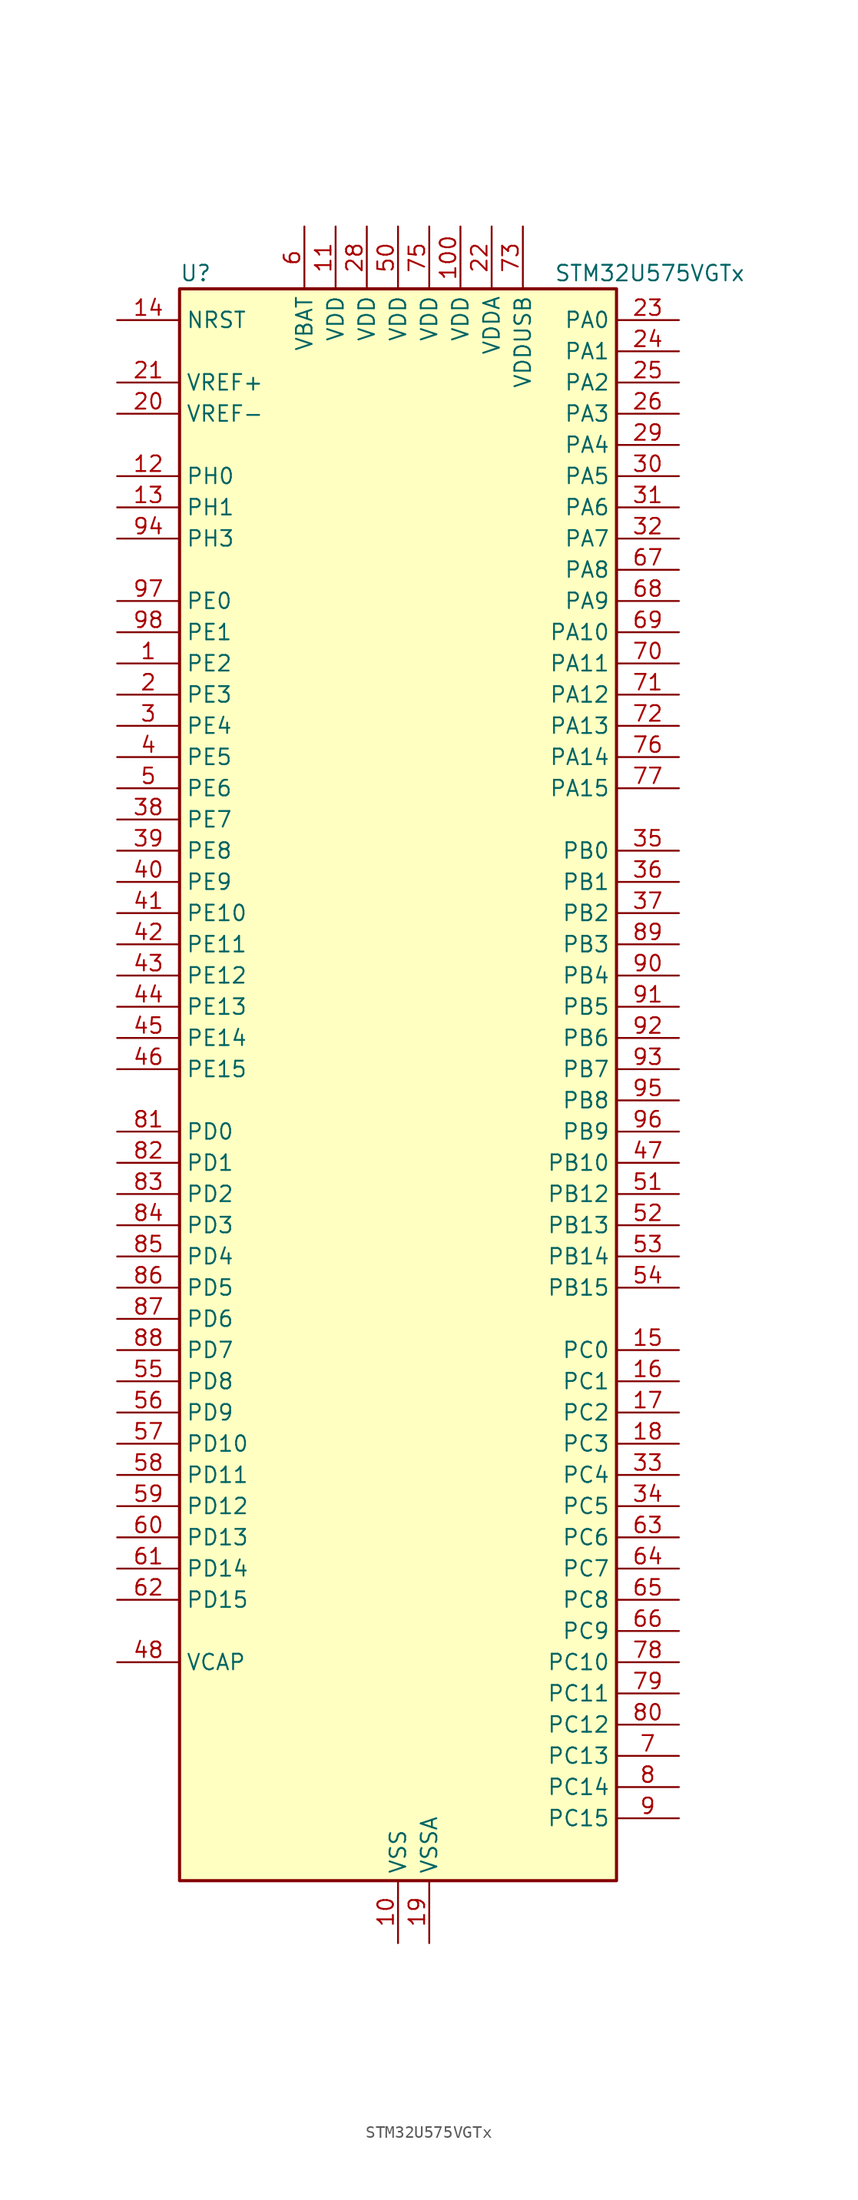
<source format=kicad_sym>
(kicad_symbol_lib
  (version 20220914)
  (generator kicad_symbol_editor)
  (symbol "STM32U575VGTx"
    (property "Reference" "U"
      (at -17.78 67.31 0)
      (effects (font (size 1.27 1.27)) (justify left)))
    (property "Value" "STM32U575VGTx"
      (at 12.7 67.31 0)
      (effects (font (size 1.27 1.27)) (justify left)))
    (property "ki_locked" ""
      (at 0 0 0)
      (effects (font (size 1.27 1.27))))
    (symbol "STM32U575VGTx_0_1"
      (rectangle (start -17.78 -63.5) (end 17.78 66.04) (stroke (width 0.254) (type default)) (fill (type background))))
    (symbol "STM32U575VGTx_1_1"
      (pin bidirectional line (at -22.86 35.56 0) (length 5.08) (name "PE2" (effects (font (size 1.27 1.27)))) (number "1" (effects (font (size 1.27 1.27)))) (alternate "DEBUG_TRACECLK" bidirectional line) (alternate "FMC_A23" bidirectional line) (alternate "SAI1_CK1" bidirectional line) (alternate "SAI1_MCLK_A" bidirectional line) (alternate "TIM3_ETR" bidirectional line) (alternate "TSC_G7_IO1" bidirectional line))
      (pin power_in line (at 0 -68.58 90) (length 5.08) (name "VSS" (effects (font (size 1.27 1.27)))) (number "10" (effects (font (size 1.27 1.27)))))
      (pin power_in line (at 5.08 71.12 270) (length 5.08) (name "VDD" (effects (font (size 1.27 1.27)))) (number "100" (effects (font (size 1.27 1.27)))))
      (pin power_in line (at -5.08 71.12 270) (length 5.08) (name "VDD" (effects (font (size 1.27 1.27)))) (number "11" (effects (font (size 1.27 1.27)))))
      (pin bidirectional line (at -22.86 50.8 0) (length 5.08) (name "PH0" (effects (font (size 1.27 1.27)))) (number "12" (effects (font (size 1.27 1.27)))) (alternate "RCC_OSC_IN" bidirectional line))
      (pin bidirectional line (at -22.86 48.26 0) (length 5.08) (name "PH1" (effects (font (size 1.27 1.27)))) (number "13" (effects (font (size 1.27 1.27)))) (alternate "RCC_OSC_OUT" bidirectional line))
      (pin input line (at -22.86 63.5 0) (length 5.08) (name "NRST" (effects (font (size 1.27 1.27)))) (number "14" (effects (font (size 1.27 1.27)))))
      (pin bidirectional line (at 22.86 -20.32 180) (length 5.08) (name "PC0" (effects (font (size 1.27 1.27)))) (number "15" (effects (font (size 1.27 1.27)))) (alternate "ADC1_IN1" bidirectional line) (alternate "ADC4_IN1" bidirectional line) (alternate "I2C3_SCL" bidirectional line) (alternate "LPTIM1_IN1" bidirectional line) (alternate "LPTIM2_IN1" bidirectional line) (alternate "LPUART1_RX" bidirectional line) (alternate "MDF1_SDI4" bidirectional line) (alternate "OCTOSPIM_P1_IO7" bidirectional line) (alternate "SAI2_FS_A" bidirectional line) (alternate "SDMMC1_D5" bidirectional line) (alternate "SPI2_RDY" bidirectional line))
      (pin bidirectional line (at 22.86 -22.86 180) (length 5.08) (name "PC1" (effects (font (size 1.27 1.27)))) (number "16" (effects (font (size 1.27 1.27)))) (alternate "ADC1_IN2" bidirectional line) (alternate "ADC4_IN2" bidirectional line) (alternate "DEBUG_TRACED0" bidirectional line) (alternate "I2C3_SDA" bidirectional line) (alternate "LPTIM1_CH1" bidirectional line) (alternate "LPUART1_TX" bidirectional line) (alternate "MDF1_CKI4" bidirectional line) (alternate "OCTOSPIM_P1_IO4" bidirectional line) (alternate "SAI1_SD_A" bidirectional line) (alternate "SDMMC2_CK" bidirectional line) (alternate "SPI2_MOSI" bidirectional line))
      (pin bidirectional line (at 22.86 -25.4 180) (length 5.08) (name "PC2" (effects (font (size 1.27 1.27)))) (number "17" (effects (font (size 1.27 1.27)))) (alternate "ADC1_IN3" bidirectional line) (alternate "ADC4_IN3" bidirectional line) (alternate "LPTIM1_IN2" bidirectional line) (alternate "MDF1_CCK1" bidirectional line) (alternate "OCTOSPIM_P1_IO5" bidirectional line) (alternate "SPI2_MISO" bidirectional line))
      (pin bidirectional line (at 22.86 -27.94 180) (length 5.08) (name "PC3" (effects (font (size 1.27 1.27)))) (number "18" (effects (font (size 1.27 1.27)))) (alternate "ADC1_IN4" bidirectional line) (alternate "ADC4_IN4" bidirectional line) (alternate "LPTIM1_ETR" bidirectional line) (alternate "LPTIM2_ETR" bidirectional line) (alternate "LPTIM3_CH1" bidirectional line) (alternate "OCTOSPIM_P1_IO6" bidirectional line) (alternate "SAI1_D1" bidirectional line) (alternate "SAI1_SD_A" bidirectional line) (alternate "SPI2_MOSI" bidirectional line))
      (pin power_in line (at 2.54 -68.58 90) (length 5.08) (name "VSSA" (effects (font (size 1.27 1.27)))) (number "19" (effects (font (size 1.27 1.27)))))
      (pin bidirectional line (at -22.86 33.02 0) (length 5.08) (name "PE3" (effects (font (size 1.27 1.27)))) (number "2" (effects (font (size 1.27 1.27)))) (alternate "DEBUG_TRACED0" bidirectional line) (alternate "FMC_A19" bidirectional line) (alternate "OCTOSPIM_P1_DQS" bidirectional line) (alternate "SAI1_SD_B" bidirectional line) (alternate "TAMP_IN6" bidirectional line) (alternate "TAMP_OUT3" bidirectional line) (alternate "TIM3_CH1" bidirectional line) (alternate "TSC_G7_IO2" bidirectional line))
      (pin input line (at -22.86 55.88 0) (length 5.08) (name "VREF-" (effects (font (size 1.27 1.27)))) (number "20" (effects (font (size 1.27 1.27)))))
      (pin input line (at -22.86 58.42 0) (length 5.08) (name "VREF+" (effects (font (size 1.27 1.27)))) (number "21" (effects (font (size 1.27 1.27)))) (alternate "VREFBUF_OUT" bidirectional line))
      (pin power_in line (at 7.62 71.12 270) (length 5.08) (name "VDDA" (effects (font (size 1.27 1.27)))) (number "22" (effects (font (size 1.27 1.27)))))
      (pin bidirectional line (at 22.86 63.5 180) (length 5.08) (name "PA0" (effects (font (size 1.27 1.27)))) (number "23" (effects (font (size 1.27 1.27)))) (alternate "ADC1_IN5" bidirectional line) (alternate "AUDIOCLK" bidirectional line) (alternate "OCTOSPIM_P2_NCS" bidirectional line) (alternate "OPAMP1_VINP" bidirectional line) (alternate "PWR_WKUP1" bidirectional line) (alternate "SDMMC2_CMD" bidirectional line) (alternate "SPI3_RDY" bidirectional line) (alternate "TAMP_IN2" bidirectional line) (alternate "TAMP_OUT1" bidirectional line) (alternate "TIM2_CH1" bidirectional line) (alternate "TIM2_ETR" bidirectional line) (alternate "TIM5_CH1" bidirectional line) (alternate "TIM8_ETR" bidirectional line) (alternate "UART4_TX" bidirectional line) (alternate "USART2_CTS" bidirectional line))
      (pin bidirectional line (at 22.86 60.96 180) (length 5.08) (name "PA1" (effects (font (size 1.27 1.27)))) (number "24" (effects (font (size 1.27 1.27)))) (alternate "ADC1_IN6" bidirectional line) (alternate "I2C1_SMBA" bidirectional line) (alternate "LPTIM1_CH2" bidirectional line) (alternate "OCTOSPIM_P1_DQS" bidirectional line) (alternate "OPAMP1_VINM" bidirectional line) (alternate "PWR_WKUP3" bidirectional line) (alternate "SPI1_SCK" bidirectional line) (alternate "TAMP_IN5" bidirectional line) (alternate "TAMP_OUT4" bidirectional line) (alternate "TIM15_CH1N" bidirectional line) (alternate "TIM2_CH2" bidirectional line) (alternate "TIM5_CH2" bidirectional line) (alternate "UART4_RX" bidirectional line) (alternate "USART2_DE" bidirectional line) (alternate "USART2_RTS" bidirectional line))
      (pin bidirectional line (at 22.86 58.42 180) (length 5.08) (name "PA2" (effects (font (size 1.27 1.27)))) (number "25" (effects (font (size 1.27 1.27)))) (alternate "ADC1_IN7" bidirectional line) (alternate "COMP1_INP" bidirectional line) (alternate "LPUART1_TX" bidirectional line) (alternate "OCTOSPIM_P1_NCS" bidirectional line) (alternate "PWR_WKUP4" bidirectional line) (alternate "RCC_LSCO" bidirectional line) (alternate "SPI1_RDY" bidirectional line) (alternate "TIM15_CH1" bidirectional line) (alternate "TIM2_CH3" bidirectional line) (alternate "TIM5_CH3" bidirectional line) (alternate "UCPD1_FRSTX1" bidirectional line) (alternate "USART2_TX" bidirectional line))
      (pin bidirectional line (at 22.86 55.88 180) (length 5.08) (name "PA3" (effects (font (size 1.27 1.27)))) (number "26" (effects (font (size 1.27 1.27)))) (alternate "ADC1_IN8" bidirectional line) (alternate "LPUART1_RX" bidirectional line) (alternate "OCTOSPIM_P1_CLK" bidirectional line) (alternate "OPAMP1_VOUT" bidirectional line) (alternate "PWR_WKUP5" bidirectional line) (alternate "SAI1_CK1" bidirectional line) (alternate "SAI1_MCLK_A" bidirectional line) (alternate "TIM15_CH2" bidirectional line) (alternate "TIM2_CH4" bidirectional line) (alternate "TIM5_CH4" bidirectional line) (alternate "USART2_RX" bidirectional line))
      (pin passive line (at 0 -68.58 90) (length 5.08) hide (name "VSS" (effects (font (size 1.27 1.27)))) (number "27" (effects (font (size 1.27 1.27)))))
      (pin power_in line (at -2.54 71.12 270) (length 5.08) (name "VDD" (effects (font (size 1.27 1.27)))) (number "28" (effects (font (size 1.27 1.27)))))
      (pin bidirectional line (at 22.86 53.34 180) (length 5.08) (name "PA4" (effects (font (size 1.27 1.27)))) (number "29" (effects (font (size 1.27 1.27)))) (alternate "ADC1_IN9" bidirectional line) (alternate "ADC4_IN9" bidirectional line) (alternate "DAC1_OUT1" bidirectional line) (alternate "DCMI_HSYNC" bidirectional line) (alternate "LPTIM2_CH1" bidirectional line) (alternate "OCTOSPIM_P1_NCS" bidirectional line) (alternate "PSSI_DE" bidirectional line) (alternate "PWR_WKUP2" bidirectional line) (alternate "SAI1_FS_B" bidirectional line) (alternate "SPI1_NSS" bidirectional line) (alternate "SPI3_NSS" bidirectional line) (alternate "USART2_CK" bidirectional line))
      (pin bidirectional line (at -22.86 30.48 0) (length 5.08) (name "PE4" (effects (font (size 1.27 1.27)))) (number "3" (effects (font (size 1.27 1.27)))) (alternate "DCMI_D4" bidirectional line) (alternate "DEBUG_TRACED1" bidirectional line) (alternate "FMC_A20" bidirectional line) (alternate "MDF1_SDI3" bidirectional line) (alternate "PSSI_D4" bidirectional line) (alternate "PWR_WKUP1" bidirectional line) (alternate "SAI1_D2" bidirectional line) (alternate "SAI1_FS_A" bidirectional line) (alternate "TAMP_IN7" bidirectional line) (alternate "TAMP_OUT8" bidirectional line) (alternate "TIM3_CH2" bidirectional line) (alternate "TSC_G7_IO3" bidirectional line))
      (pin bidirectional line (at 22.86 50.8 180) (length 5.08) (name "PA5" (effects (font (size 1.27 1.27)))) (number "30" (effects (font (size 1.27 1.27)))) (alternate "ADC1_IN10" bidirectional line) (alternate "ADC4_IN10" bidirectional line) (alternate "DAC1_OUT2" bidirectional line) (alternate "LPTIM2_ETR" bidirectional line) (alternate "PSSI_D14" bidirectional line) (alternate "PWR_CSLEEP" bidirectional line) (alternate "PWR_WKUP6" bidirectional line) (alternate "SPI1_SCK" bidirectional line) (alternate "TIM2_CH1" bidirectional line) (alternate "TIM2_ETR" bidirectional line) (alternate "TIM8_CH1N" bidirectional line) (alternate "USART3_RX" bidirectional line))
      (pin bidirectional line (at 22.86 48.26 180) (length 5.08) (name "PA6" (effects (font (size 1.27 1.27)))) (number "31" (effects (font (size 1.27 1.27)))) (alternate "ADC1_IN11" bidirectional line) (alternate "ADC4_IN11" bidirectional line) (alternate "DCMI_PIXCLK" bidirectional line) (alternate "LPUART1_CTS" bidirectional line) (alternate "OCTOSPIM_P1_IO3" bidirectional line) (alternate "OPAMP2_VINP" bidirectional line) (alternate "PSSI_PDCK" bidirectional line) (alternate "PWR_CDSTOP" bidirectional line) (alternate "PWR_WKUP7" bidirectional line) (alternate "SPI1_MISO" bidirectional line) (alternate "TIM16_CH1" bidirectional line) (alternate "TIM1_BKIN" bidirectional line) (alternate "TIM3_CH1" bidirectional line) (alternate "TIM8_BKIN" bidirectional line) (alternate "USART3_CTS" bidirectional line))
      (pin bidirectional line (at 22.86 45.72 180) (length 5.08) (name "PA7" (effects (font (size 1.27 1.27)))) (number "32" (effects (font (size 1.27 1.27)))) (alternate "ADC1_IN12" bidirectional line) (alternate "ADC4_IN20" bidirectional line) (alternate "I2C3_SCL" bidirectional line) (alternate "LPTIM2_CH2" bidirectional line) (alternate "OCTOSPIM_P1_IO2" bidirectional line) (alternate "OPAMP2_VINM" bidirectional line) (alternate "PWR_SRDSTOP" bidirectional line) (alternate "PWR_WKUP8" bidirectional line) (alternate "SPI1_MOSI" bidirectional line) (alternate "TIM17_CH1" bidirectional line) (alternate "TIM1_CH1N" bidirectional line) (alternate "TIM3_CH2" bidirectional line) (alternate "TIM8_CH1N" bidirectional line) (alternate "USART3_TX" bidirectional line))
      (pin bidirectional line (at 22.86 -30.48 180) (length 5.08) (name "PC4" (effects (font (size 1.27 1.27)))) (number "33" (effects (font (size 1.27 1.27)))) (alternate "ADC1_IN13" bidirectional line) (alternate "ADC4_IN22" bidirectional line) (alternate "COMP1_INM" bidirectional line) (alternate "OCTOSPIM_P1_IO7" bidirectional line) (alternate "USART3_TX" bidirectional line))
      (pin bidirectional line (at 22.86 -33.02 180) (length 5.08) (name "PC5" (effects (font (size 1.27 1.27)))) (number "34" (effects (font (size 1.27 1.27)))) (alternate "ADC1_IN14" bidirectional line) (alternate "ADC4_IN23" bidirectional line) (alternate "COMP1_INP" bidirectional line) (alternate "PSSI_D15" bidirectional line) (alternate "PWR_WKUP5" bidirectional line) (alternate "SAI1_D3" bidirectional line) (alternate "TAMP_IN4" bidirectional line) (alternate "TAMP_OUT5" bidirectional line) (alternate "TIM1_CH4N" bidirectional line) (alternate "USART3_RX" bidirectional line))
      (pin bidirectional line (at 22.86 20.32 180) (length 5.08) (name "PB0" (effects (font (size 1.27 1.27)))) (number "35" (effects (font (size 1.27 1.27)))) (alternate "ADC1_IN15" bidirectional line) (alternate "ADC4_IN18" bidirectional line) (alternate "AUDIOCLK" bidirectional line) (alternate "COMP1_OUT" bidirectional line) (alternate "LPTIM3_CH1" bidirectional line) (alternate "OCTOSPIM_P1_IO1" bidirectional line) (alternate "OPAMP2_VOUT" bidirectional line) (alternate "SPI1_NSS" bidirectional line) (alternate "TIM1_CH2N" bidirectional line) (alternate "TIM3_CH3" bidirectional line) (alternate "TIM8_CH2N" bidirectional line) (alternate "USART3_CK" bidirectional line))
      (pin bidirectional line (at 22.86 17.78 180) (length 5.08) (name "PB1" (effects (font (size 1.27 1.27)))) (number "36" (effects (font (size 1.27 1.27)))) (alternate "ADC1_IN16" bidirectional line) (alternate "ADC4_IN19" bidirectional line) (alternate "COMP1_INM" bidirectional line) (alternate "LPTIM2_IN1" bidirectional line) (alternate "LPTIM3_CH2" bidirectional line) (alternate "LPUART1_DE" bidirectional line) (alternate "LPUART1_RTS" bidirectional line) (alternate "MDF1_SDI0" bidirectional line) (alternate "OCTOSPIM_P1_IO0" bidirectional line) (alternate "PWR_WKUP4" bidirectional line) (alternate "TIM1_CH3N" bidirectional line) (alternate "TIM3_CH4" bidirectional line) (alternate "TIM8_CH3N" bidirectional line) (alternate "USART3_DE" bidirectional line) (alternate "USART3_RTS" bidirectional line))
      (pin bidirectional line (at 22.86 15.24 180) (length 5.08) (name "PB2" (effects (font (size 1.27 1.27)))) (number "37" (effects (font (size 1.27 1.27)))) (alternate "ADC1_IN17" bidirectional line) (alternate "COMP1_INP" bidirectional line) (alternate "I2C3_SMBA" bidirectional line) (alternate "LPTIM1_CH1" bidirectional line) (alternate "MDF1_CKI0" bidirectional line) (alternate "OCTOSPIM_P1_DQS" bidirectional line) (alternate "PWR_WKUP1" bidirectional line) (alternate "RTC_OUT2" bidirectional line) (alternate "SPI1_RDY" bidirectional line) (alternate "TIM8_CH4N" bidirectional line) (alternate "UCPD1_FRSTX1" bidirectional line))
      (pin bidirectional line (at -22.86 22.86 0) (length 5.08) (name "PE7" (effects (font (size 1.27 1.27)))) (number "38" (effects (font (size 1.27 1.27)))) (alternate "FMC_D4" bidirectional line) (alternate "FMC_DA4" bidirectional line) (alternate "MDF1_SDI2" bidirectional line) (alternate "PWR_WKUP6" bidirectional line) (alternate "SAI1_SD_B" bidirectional line) (alternate "TIM1_ETR" bidirectional line))
      (pin bidirectional line (at -22.86 20.32 0) (length 5.08) (name "PE8" (effects (font (size 1.27 1.27)))) (number "39" (effects (font (size 1.27 1.27)))) (alternate "FMC_D5" bidirectional line) (alternate "FMC_DA5" bidirectional line) (alternate "MDF1_CKI2" bidirectional line) (alternate "PWR_WKUP7" bidirectional line) (alternate "SAI1_SCK_B" bidirectional line) (alternate "TIM1_CH1N" bidirectional line))
      (pin bidirectional line (at -22.86 27.94 0) (length 5.08) (name "PE5" (effects (font (size 1.27 1.27)))) (number "4" (effects (font (size 1.27 1.27)))) (alternate "DCMI_D6" bidirectional line) (alternate "DEBUG_TRACED2" bidirectional line) (alternate "FMC_A21" bidirectional line) (alternate "MDF1_CKI3" bidirectional line) (alternate "PSSI_D6" bidirectional line) (alternate "PWR_WKUP2" bidirectional line) (alternate "SAI1_CK2" bidirectional line) (alternate "SAI1_SCK_A" bidirectional line) (alternate "TAMP_IN8" bidirectional line) (alternate "TAMP_OUT7" bidirectional line) (alternate "TIM3_CH3" bidirectional line) (alternate "TSC_G7_IO4" bidirectional line))
      (pin bidirectional line (at -22.86 17.78 0) (length 5.08) (name "PE9" (effects (font (size 1.27 1.27)))) (number "40" (effects (font (size 1.27 1.27)))) (alternate "ADF1_CCK0" bidirectional line) (alternate "DAC1_EXTI9" bidirectional line) (alternate "FMC_D6" bidirectional line) (alternate "FMC_DA6" bidirectional line) (alternate "MDF1_CCK0" bidirectional line) (alternate "OCTOSPIM_P1_NCLK" bidirectional line) (alternate "SAI1_FS_B" bidirectional line) (alternate "TIM1_CH1" bidirectional line))
      (pin bidirectional line (at -22.86 15.24 0) (length 5.08) (name "PE10" (effects (font (size 1.27 1.27)))) (number "41" (effects (font (size 1.27 1.27)))) (alternate "ADF1_SDI0" bidirectional line) (alternate "FMC_D7" bidirectional line) (alternate "FMC_DA7" bidirectional line) (alternate "MDF1_SDI4" bidirectional line) (alternate "OCTOSPIM_P1_CLK" bidirectional line) (alternate "SAI1_MCLK_B" bidirectional line) (alternate "TIM1_CH2N" bidirectional line) (alternate "TSC_G5_IO1" bidirectional line))
      (pin bidirectional line (at -22.86 12.7 0) (length 5.08) (name "PE11" (effects (font (size 1.27 1.27)))) (number "42" (effects (font (size 1.27 1.27)))) (alternate "ADC1_EXTI11" bidirectional line) (alternate "FMC_D8" bidirectional line) (alternate "FMC_DA8" bidirectional line) (alternate "MDF1_CKI4" bidirectional line) (alternate "OCTOSPIM_P1_NCS" bidirectional line) (alternate "SPI1_RDY" bidirectional line) (alternate "TIM1_CH2" bidirectional line) (alternate "TSC_G5_IO2" bidirectional line))
      (pin bidirectional line (at -22.86 10.16 0) (length 5.08) (name "PE12" (effects (font (size 1.27 1.27)))) (number "43" (effects (font (size 1.27 1.27)))) (alternate "FMC_D9" bidirectional line) (alternate "FMC_DA9" bidirectional line) (alternate "MDF1_SDI5" bidirectional line) (alternate "OCTOSPIM_P1_IO0" bidirectional line) (alternate "SPI1_NSS" bidirectional line) (alternate "TIM1_CH3N" bidirectional line) (alternate "TSC_G5_IO3" bidirectional line))
      (pin bidirectional line (at -22.86 7.62 0) (length 5.08) (name "PE13" (effects (font (size 1.27 1.27)))) (number "44" (effects (font (size 1.27 1.27)))) (alternate "FMC_D10" bidirectional line) (alternate "FMC_DA10" bidirectional line) (alternate "MDF1_CKI5" bidirectional line) (alternate "OCTOSPIM_P1_IO1" bidirectional line) (alternate "SPI1_SCK" bidirectional line) (alternate "TIM1_CH3" bidirectional line) (alternate "TSC_G5_IO4" bidirectional line))
      (pin bidirectional line (at -22.86 5.08 0) (length 5.08) (name "PE14" (effects (font (size 1.27 1.27)))) (number "45" (effects (font (size 1.27 1.27)))) (alternate "FMC_D11" bidirectional line) (alternate "FMC_DA11" bidirectional line) (alternate "OCTOSPIM_P1_IO2" bidirectional line) (alternate "SPI1_MISO" bidirectional line) (alternate "TIM1_BKIN2" bidirectional line) (alternate "TIM1_CH4" bidirectional line))
      (pin bidirectional line (at -22.86 2.54 0) (length 5.08) (name "PE15" (effects (font (size 1.27 1.27)))) (number "46" (effects (font (size 1.27 1.27)))) (alternate "ADC1_EXTI15" bidirectional line) (alternate "ADC4_EXTI15" bidirectional line) (alternate "FMC_D12" bidirectional line) (alternate "FMC_DA12" bidirectional line) (alternate "OCTOSPIM_P1_IO3" bidirectional line) (alternate "SPI1_MOSI" bidirectional line) (alternate "TIM1_BKIN" bidirectional line) (alternate "TIM1_CH4N" bidirectional line))
      (pin bidirectional line (at 22.86 -5.08 180) (length 5.08) (name "PB10" (effects (font (size 1.27 1.27)))) (number "47" (effects (font (size 1.27 1.27)))) (alternate "COMP1_OUT" bidirectional line) (alternate "I2C2_SCL" bidirectional line) (alternate "I2C4_SCL" bidirectional line) (alternate "LPTIM3_CH1" bidirectional line) (alternate "LPUART1_RX" bidirectional line) (alternate "OCTOSPIM_P1_CLK" bidirectional line) (alternate "PWR_WKUP8" bidirectional line) (alternate "SAI1_SCK_A" bidirectional line) (alternate "SPI2_SCK" bidirectional line) (alternate "TIM2_CH3" bidirectional line) (alternate "TSC_SYNC" bidirectional line) (alternate "USART3_TX" bidirectional line))
      (pin power_out line (at -22.86 -45.72 0) (length 5.08) (name "VCAP" (effects (font (size 1.27 1.27)))) (number "48" (effects (font (size 1.27 1.27)))))
      (pin passive line (at 0 -68.58 90) (length 5.08) hide (name "VSS" (effects (font (size 1.27 1.27)))) (number "49" (effects (font (size 1.27 1.27)))))
      (pin bidirectional line (at -22.86 25.4 0) (length 5.08) (name "PE6" (effects (font (size 1.27 1.27)))) (number "5" (effects (font (size 1.27 1.27)))) (alternate "DCMI_D7" bidirectional line) (alternate "DEBUG_TRACED3" bidirectional line) (alternate "FMC_A22" bidirectional line) (alternate "PSSI_D7" bidirectional line) (alternate "PWR_WKUP3" bidirectional line) (alternate "SAI1_D1" bidirectional line) (alternate "SAI1_SD_A" bidirectional line) (alternate "TAMP_IN3" bidirectional line) (alternate "TAMP_OUT6" bidirectional line) (alternate "TIM3_CH4" bidirectional line))
      (pin power_in line (at 0 71.12 270) (length 5.08) (name "VDD" (effects (font (size 1.27 1.27)))) (number "50" (effects (font (size 1.27 1.27)))))
      (pin bidirectional line (at 22.86 -7.62 180) (length 5.08) (name "PB12" (effects (font (size 1.27 1.27)))) (number "51" (effects (font (size 1.27 1.27)))) (alternate "I2C2_SMBA" bidirectional line) (alternate "LPUART1_DE" bidirectional line) (alternate "LPUART1_RTS" bidirectional line) (alternate "MDF1_SDI1" bidirectional line) (alternate "OCTOSPIM_P1_NCLK" bidirectional line) (alternate "SAI2_FS_A" bidirectional line) (alternate "SPI2_NSS" bidirectional line) (alternate "TIM15_BKIN" bidirectional line) (alternate "TIM1_BKIN" bidirectional line) (alternate "TSC_G1_IO1" bidirectional line) (alternate "USART3_CK" bidirectional line))
      (pin bidirectional line (at 22.86 -10.16 180) (length 5.08) (name "PB13" (effects (font (size 1.27 1.27)))) (number "52" (effects (font (size 1.27 1.27)))) (alternate "I2C2_SCL" bidirectional line) (alternate "LPTIM3_IN1" bidirectional line) (alternate "LPUART1_CTS" bidirectional line) (alternate "MDF1_CKI1" bidirectional line) (alternate "SAI2_SCK_A" bidirectional line) (alternate "SPI2_SCK" bidirectional line) (alternate "TIM15_CH1N" bidirectional line) (alternate "TIM1_CH1N" bidirectional line) (alternate "TSC_G1_IO2" bidirectional line) (alternate "USART3_CTS" bidirectional line))
      (pin bidirectional line (at 22.86 -12.7 180) (length 5.08) (name "PB14" (effects (font (size 1.27 1.27)))) (number "53" (effects (font (size 1.27 1.27)))) (alternate "I2C2_SDA" bidirectional line) (alternate "LPTIM3_ETR" bidirectional line) (alternate "MDF1_SDI2" bidirectional line) (alternate "SAI2_MCLK_A" bidirectional line) (alternate "SDMMC2_D0" bidirectional line) (alternate "SPI2_MISO" bidirectional line) (alternate "TIM15_CH1" bidirectional line) (alternate "TIM1_CH2N" bidirectional line) (alternate "TIM8_CH2N" bidirectional line) (alternate "TSC_G1_IO3" bidirectional line) (alternate "UCPD1_DBCC2" bidirectional line) (alternate "USART3_DE" bidirectional line) (alternate "USART3_RTS" bidirectional line))
      (pin bidirectional line (at 22.86 -15.24 180) (length 5.08) (name "PB15" (effects (font (size 1.27 1.27)))) (number "54" (effects (font (size 1.27 1.27)))) (alternate "ADC1_EXTI15" bidirectional line) (alternate "ADC4_EXTI15" bidirectional line) (alternate "FMC_NBL1" bidirectional line) (alternate "LPTIM2_IN2" bidirectional line) (alternate "MDF1_CKI2" bidirectional line) (alternate "PWR_WKUP7" bidirectional line) (alternate "RTC_REFIN" bidirectional line) (alternate "SAI2_SD_A" bidirectional line) (alternate "SDMMC2_D1" bidirectional line) (alternate "SPI2_MOSI" bidirectional line) (alternate "TIM15_CH2" bidirectional line) (alternate "TIM1_CH3N" bidirectional line) (alternate "TIM8_CH3N" bidirectional line) (alternate "UCPD1_CC2" bidirectional line))
      (pin bidirectional line (at -22.86 -22.86 0) (length 5.08) (name "PD8" (effects (font (size 1.27 1.27)))) (number "55" (effects (font (size 1.27 1.27)))) (alternate "DCMI_HSYNC" bidirectional line) (alternate "FMC_D13" bidirectional line) (alternate "FMC_DA13" bidirectional line) (alternate "PSSI_DE" bidirectional line) (alternate "USART3_TX" bidirectional line))
      (pin bidirectional line (at -22.86 -25.4 0) (length 5.08) (name "PD9" (effects (font (size 1.27 1.27)))) (number "56" (effects (font (size 1.27 1.27)))) (alternate "DAC1_EXTI9" bidirectional line) (alternate "DCMI_PIXCLK" bidirectional line) (alternate "FMC_D14" bidirectional line) (alternate "FMC_DA14" bidirectional line) (alternate "LPTIM2_IN2" bidirectional line) (alternate "LPTIM3_IN1" bidirectional line) (alternate "PSSI_PDCK" bidirectional line) (alternate "SAI2_MCLK_A" bidirectional line) (alternate "USART3_RX" bidirectional line))
      (pin bidirectional line (at -22.86 -27.94 0) (length 5.08) (name "PD10" (effects (font (size 1.27 1.27)))) (number "57" (effects (font (size 1.27 1.27)))) (alternate "FMC_D15" bidirectional line) (alternate "FMC_DA15" bidirectional line) (alternate "LPTIM2_CH2" bidirectional line) (alternate "LPTIM3_ETR" bidirectional line) (alternate "SAI2_SCK_A" bidirectional line) (alternate "TSC_G6_IO1" bidirectional line) (alternate "USART3_CK" bidirectional line))
      (pin bidirectional line (at -22.86 -30.48 0) (length 5.08) (name "PD11" (effects (font (size 1.27 1.27)))) (number "58" (effects (font (size 1.27 1.27)))) (alternate "ADC1_EXTI11" bidirectional line) (alternate "ADC4_IN15" bidirectional line) (alternate "FMC_A16" bidirectional line) (alternate "FMC_CLE" bidirectional line) (alternate "I2C4_SMBA" bidirectional line) (alternate "LPTIM2_ETR" bidirectional line) (alternate "SAI2_SD_A" bidirectional line) (alternate "TSC_G6_IO2" bidirectional line) (alternate "USART3_CTS" bidirectional line))
      (pin bidirectional line (at -22.86 -33.02 0) (length 5.08) (name "PD12" (effects (font (size 1.27 1.27)))) (number "59" (effects (font (size 1.27 1.27)))) (alternate "ADC4_IN16" bidirectional line) (alternate "FMC_A17" bidirectional line) (alternate "FMC_ALE" bidirectional line) (alternate "I2C4_SCL" bidirectional line) (alternate "LPTIM2_IN1" bidirectional line) (alternate "SAI2_FS_A" bidirectional line) (alternate "TIM4_CH1" bidirectional line) (alternate "TSC_G6_IO3" bidirectional line) (alternate "USART3_DE" bidirectional line) (alternate "USART3_RTS" bidirectional line))
      (pin power_in line (at -7.62 71.12 270) (length 5.08) (name "VBAT" (effects (font (size 1.27 1.27)))) (number "6" (effects (font (size 1.27 1.27)))))
      (pin bidirectional line (at -22.86 -35.56 0) (length 5.08) (name "PD13" (effects (font (size 1.27 1.27)))) (number "60" (effects (font (size 1.27 1.27)))) (alternate "ADC4_IN17" bidirectional line) (alternate "FMC_A18" bidirectional line) (alternate "I2C4_SDA" bidirectional line) (alternate "LPTIM2_CH1" bidirectional line) (alternate "LPTIM4_IN1" bidirectional line) (alternate "TIM4_CH2" bidirectional line) (alternate "TSC_G6_IO4" bidirectional line))
      (pin bidirectional line (at -22.86 -38.1 0) (length 5.08) (name "PD14" (effects (font (size 1.27 1.27)))) (number "61" (effects (font (size 1.27 1.27)))) (alternate "FMC_D0" bidirectional line) (alternate "FMC_DA0" bidirectional line) (alternate "LPTIM3_CH1" bidirectional line) (alternate "TIM4_CH3" bidirectional line))
      (pin bidirectional line (at -22.86 -40.64 0) (length 5.08) (name "PD15" (effects (font (size 1.27 1.27)))) (number "62" (effects (font (size 1.27 1.27)))) (alternate "ADC1_EXTI15" bidirectional line) (alternate "ADC4_EXTI15" bidirectional line) (alternate "FMC_D1" bidirectional line) (alternate "FMC_DA1" bidirectional line) (alternate "LPTIM3_CH2" bidirectional line) (alternate "TIM4_CH4" bidirectional line))
      (pin bidirectional line (at 22.86 -35.56 180) (length 5.08) (name "PC6" (effects (font (size 1.27 1.27)))) (number "63" (effects (font (size 1.27 1.27)))) (alternate "DCMI_D0" bidirectional line) (alternate "MDF1_CKI3" bidirectional line) (alternate "PSSI_D0" bidirectional line) (alternate "PWR_CSLEEP" bidirectional line) (alternate "SAI2_MCLK_A" bidirectional line) (alternate "SDMMC1_D0DIR" bidirectional line) (alternate "SDMMC1_D6" bidirectional line) (alternate "SDMMC2_D6" bidirectional line) (alternate "TIM3_CH1" bidirectional line) (alternate "TIM8_CH1" bidirectional line) (alternate "TSC_G4_IO1" bidirectional line))
      (pin bidirectional line (at 22.86 -38.1 180) (length 5.08) (name "PC7" (effects (font (size 1.27 1.27)))) (number "64" (effects (font (size 1.27 1.27)))) (alternate "DCMI_D1" bidirectional line) (alternate "LPTIM2_CH2" bidirectional line) (alternate "MDF1_SDI3" bidirectional line) (alternate "PSSI_D1" bidirectional line) (alternate "PWR_CDSTOP" bidirectional line) (alternate "SAI2_MCLK_B" bidirectional line) (alternate "SDMMC1_D123DIR" bidirectional line) (alternate "SDMMC1_D7" bidirectional line) (alternate "SDMMC2_D7" bidirectional line) (alternate "TIM3_CH2" bidirectional line) (alternate "TIM8_CH2" bidirectional line) (alternate "TSC_G4_IO2" bidirectional line))
      (pin bidirectional line (at 22.86 -40.64 180) (length 5.08) (name "PC8" (effects (font (size 1.27 1.27)))) (number "65" (effects (font (size 1.27 1.27)))) (alternate "DCMI_D2" bidirectional line) (alternate "LPTIM3_CH1" bidirectional line) (alternate "PSSI_D2" bidirectional line) (alternate "PWR_SRDSTOP" bidirectional line) (alternate "SDMMC1_D0" bidirectional line) (alternate "TIM3_CH3" bidirectional line) (alternate "TIM8_CH3" bidirectional line) (alternate "TSC_G4_IO3" bidirectional line))
      (pin bidirectional line (at 22.86 -43.18 180) (length 5.08) (name "PC9" (effects (font (size 1.27 1.27)))) (number "66" (effects (font (size 1.27 1.27)))) (alternate "DAC1_EXTI9" bidirectional line) (alternate "DCMI_D3" bidirectional line) (alternate "DEBUG_TRACED0" bidirectional line) (alternate "LPTIM3_CH2" bidirectional line) (alternate "PSSI_D3" bidirectional line) (alternate "SDMMC1_D1" bidirectional line) (alternate "TIM3_CH4" bidirectional line) (alternate "TIM8_BKIN2" bidirectional line) (alternate "TIM8_CH4" bidirectional line) (alternate "TSC_G4_IO4" bidirectional line) (alternate "USB_OTG_FS_NOE" bidirectional line))
      (pin bidirectional line (at 22.86 43.18 180) (length 5.08) (name "PA8" (effects (font (size 1.27 1.27)))) (number "67" (effects (font (size 1.27 1.27)))) (alternate "DEBUG_TRACECLK" bidirectional line) (alternate "LPTIM2_CH1" bidirectional line) (alternate "RCC_MCO" bidirectional line) (alternate "SAI1_CK2" bidirectional line) (alternate "SAI1_SCK_A" bidirectional line) (alternate "SPI1_RDY" bidirectional line) (alternate "TIM1_CH1" bidirectional line) (alternate "USART1_CK" bidirectional line) (alternate "USB_OTG_FS_SOF" bidirectional line))
      (pin bidirectional line (at 22.86 40.64 180) (length 5.08) (name "PA9" (effects (font (size 1.27 1.27)))) (number "68" (effects (font (size 1.27 1.27)))) (alternate "DAC1_EXTI9" bidirectional line) (alternate "DCMI_D0" bidirectional line) (alternate "PSSI_D0" bidirectional line) (alternate "SAI1_FS_A" bidirectional line) (alternate "SPI2_SCK" bidirectional line) (alternate "TIM15_BKIN" bidirectional line) (alternate "TIM1_CH2" bidirectional line) (alternate "USART1_TX" bidirectional line) (alternate "USB_OTG_FS_VBUS" bidirectional line))
      (pin bidirectional line (at 22.86 38.1 180) (length 5.08) (name "PA10" (effects (font (size 1.27 1.27)))) (number "69" (effects (font (size 1.27 1.27)))) (alternate "CRS_SYNC" bidirectional line) (alternate "DCMI_D1" bidirectional line) (alternate "LPTIM2_IN2" bidirectional line) (alternate "PSSI_D1" bidirectional line) (alternate "SAI1_D1" bidirectional line) (alternate "SAI1_SD_A" bidirectional line) (alternate "TIM17_BKIN" bidirectional line) (alternate "TIM1_CH3" bidirectional line) (alternate "USART1_RX" bidirectional line) (alternate "USB_OTG_FS_ID" bidirectional line))
      (pin bidirectional line (at 22.86 -53.34 180) (length 5.08) (name "PC13" (effects (font (size 1.27 1.27)))) (number "7" (effects (font (size 1.27 1.27)))) (alternate "PWR_WKUP2" bidirectional line) (alternate "RTC_OUT1" bidirectional line) (alternate "RTC_TS" bidirectional line) (alternate "TAMP_IN1" bidirectional line) (alternate "TAMP_OUT2" bidirectional line))
      (pin bidirectional line (at 22.86 35.56 180) (length 5.08) (name "PA11" (effects (font (size 1.27 1.27)))) (number "70" (effects (font (size 1.27 1.27)))) (alternate "ADC1_EXTI11" bidirectional line) (alternate "FDCAN1_RX" bidirectional line) (alternate "SPI1_MISO" bidirectional line) (alternate "TIM1_BKIN2" bidirectional line) (alternate "TIM1_CH4" bidirectional line) (alternate "USART1_CTS" bidirectional line) (alternate "USB_OTG_FS_DM" bidirectional line))
      (pin bidirectional line (at 22.86 33.02 180) (length 5.08) (name "PA12" (effects (font (size 1.27 1.27)))) (number "71" (effects (font (size 1.27 1.27)))) (alternate "FDCAN1_TX" bidirectional line) (alternate "OCTOSPIM_P2_NCS" bidirectional line) (alternate "SPI1_MOSI" bidirectional line) (alternate "TIM1_ETR" bidirectional line) (alternate "USART1_DE" bidirectional line) (alternate "USART1_RTS" bidirectional line) (alternate "USB_OTG_FS_DP" bidirectional line))
      (pin bidirectional line (at 22.86 30.48 180) (length 5.08) (name "PA13" (effects (font (size 1.27 1.27)))) (number "72" (effects (font (size 1.27 1.27)))) (alternate "DEBUG_JTMS-SWDIO" bidirectional line) (alternate "IR_OUT" bidirectional line) (alternate "SAI1_SD_B" bidirectional line) (alternate "USB_OTG_FS_NOE" bidirectional line))
      (pin power_in line (at 10.16 71.12 270) (length 5.08) (name "VDDUSB" (effects (font (size 1.27 1.27)))) (number "73" (effects (font (size 1.27 1.27)))))
      (pin passive line (at 0 -68.58 90) (length 5.08) hide (name "VSS" (effects (font (size 1.27 1.27)))) (number "74" (effects (font (size 1.27 1.27)))))
      (pin power_in line (at 2.54 71.12 270) (length 5.08) (name "VDD" (effects (font (size 1.27 1.27)))) (number "75" (effects (font (size 1.27 1.27)))))
      (pin bidirectional line (at 22.86 27.94 180) (length 5.08) (name "PA14" (effects (font (size 1.27 1.27)))) (number "76" (effects (font (size 1.27 1.27)))) (alternate "DEBUG_JTCK-SWCLK" bidirectional line) (alternate "I2C1_SMBA" bidirectional line) (alternate "I2C4_SMBA" bidirectional line) (alternate "LPTIM1_CH1" bidirectional line) (alternate "SAI1_FS_B" bidirectional line) (alternate "USB_OTG_FS_SOF" bidirectional line))
      (pin bidirectional line (at 22.86 25.4 180) (length 5.08) (name "PA15" (effects (font (size 1.27 1.27)))) (number "77" (effects (font (size 1.27 1.27)))) (alternate "ADC1_EXTI15" bidirectional line) (alternate "ADC4_EXTI15" bidirectional line) (alternate "DEBUG_JTDI" bidirectional line) (alternate "SAI2_FS_B" bidirectional line) (alternate "SPI1_NSS" bidirectional line) (alternate "SPI3_NSS" bidirectional line) (alternate "TIM2_CH1" bidirectional line) (alternate "TIM2_ETR" bidirectional line) (alternate "UART4_DE" bidirectional line) (alternate "UART4_RTS" bidirectional line) (alternate "UCPD1_CC1" bidirectional line) (alternate "USART2_RX" bidirectional line) (alternate "USART3_DE" bidirectional line) (alternate "USART3_RTS" bidirectional line))
      (pin bidirectional line (at 22.86 -45.72 180) (length 5.08) (name "PC10" (effects (font (size 1.27 1.27)))) (number "78" (effects (font (size 1.27 1.27)))) (alternate "ADF1_CCK1" bidirectional line) (alternate "DCMI_D8" bidirectional line) (alternate "DEBUG_TRACED1" bidirectional line) (alternate "LPTIM3_ETR" bidirectional line) (alternate "PSSI_D8" bidirectional line) (alternate "SAI2_SCK_B" bidirectional line) (alternate "SDMMC1_D2" bidirectional line) (alternate "SPI3_SCK" bidirectional line) (alternate "TSC_G3_IO2" bidirectional line) (alternate "UART4_TX" bidirectional line) (alternate "USART3_TX" bidirectional line))
      (pin bidirectional line (at 22.86 -48.26 180) (length 5.08) (name "PC11" (effects (font (size 1.27 1.27)))) (number "79" (effects (font (size 1.27 1.27)))) (alternate "ADC1_EXTI11" bidirectional line) (alternate "ADF1_SDI0" bidirectional line) (alternate "DCMI_D2" bidirectional line) (alternate "DCMI_D4" bidirectional line) (alternate "LPTIM3_IN1" bidirectional line) (alternate "OCTOSPIM_P1_NCS" bidirectional line) (alternate "PSSI_D2" bidirectional line) (alternate "PSSI_D4" bidirectional line) (alternate "SAI2_MCLK_B" bidirectional line) (alternate "SDMMC1_D3" bidirectional line) (alternate "SPI3_MISO" bidirectional line) (alternate "TSC_G3_IO3" bidirectional line) (alternate "UART4_RX" bidirectional line) (alternate "UCPD1_FRSTX2" bidirectional line) (alternate "USART3_RX" bidirectional line))
      (pin bidirectional line (at 22.86 -55.88 180) (length 5.08) (name "PC14" (effects (font (size 1.27 1.27)))) (number "8" (effects (font (size 1.27 1.27)))) (alternate "RCC_OSC32_IN" bidirectional line))
      (pin bidirectional line (at 22.86 -50.8 180) (length 5.08) (name "PC12" (effects (font (size 1.27 1.27)))) (number "80" (effects (font (size 1.27 1.27)))) (alternate "DCMI_D9" bidirectional line) (alternate "DEBUG_TRACED3" bidirectional line) (alternate "PSSI_D9" bidirectional line) (alternate "SAI2_SD_B" bidirectional line) (alternate "SDMMC1_CK" bidirectional line) (alternate "SPI3_MOSI" bidirectional line) (alternate "TSC_G3_IO4" bidirectional line) (alternate "UART5_TX" bidirectional line) (alternate "USART3_CK" bidirectional line))
      (pin bidirectional line (at -22.86 -2.54 0) (length 5.08) (name "PD0" (effects (font (size 1.27 1.27)))) (number "81" (effects (font (size 1.27 1.27)))) (alternate "FDCAN1_RX" bidirectional line) (alternate "FMC_D2" bidirectional line) (alternate "FMC_DA2" bidirectional line) (alternate "SPI2_NSS" bidirectional line) (alternate "TIM8_CH4N" bidirectional line))
      (pin bidirectional line (at -22.86 -5.08 0) (length 5.08) (name "PD1" (effects (font (size 1.27 1.27)))) (number "82" (effects (font (size 1.27 1.27)))) (alternate "FDCAN1_TX" bidirectional line) (alternate "FMC_D3" bidirectional line) (alternate "FMC_DA3" bidirectional line) (alternate "SPI2_SCK" bidirectional line))
      (pin bidirectional line (at -22.86 -7.62 0) (length 5.08) (name "PD2" (effects (font (size 1.27 1.27)))) (number "83" (effects (font (size 1.27 1.27)))) (alternate "DCMI_D11" bidirectional line) (alternate "DEBUG_TRACED2" bidirectional line) (alternate "LPTIM4_ETR" bidirectional line) (alternate "PSSI_D11" bidirectional line) (alternate "SDMMC1_CMD" bidirectional line) (alternate "TIM3_ETR" bidirectional line) (alternate "TSC_SYNC" bidirectional line) (alternate "UART5_RX" bidirectional line) (alternate "USART3_DE" bidirectional line) (alternate "USART3_RTS" bidirectional line))
      (pin bidirectional line (at -22.86 -10.16 0) (length 5.08) (name "PD3" (effects (font (size 1.27 1.27)))) (number "84" (effects (font (size 1.27 1.27)))) (alternate "DCMI_D5" bidirectional line) (alternate "FMC_CLK" bidirectional line) (alternate "MDF1_SDI0" bidirectional line) (alternate "OCTOSPIM_P2_NCS" bidirectional line) (alternate "PSSI_D5" bidirectional line) (alternate "SPI2_MISO" bidirectional line) (alternate "SPI2_SCK" bidirectional line) (alternate "USART2_CTS" bidirectional line))
      (pin bidirectional line (at -22.86 -12.7 0) (length 5.08) (name "PD4" (effects (font (size 1.27 1.27)))) (number "85" (effects (font (size 1.27 1.27)))) (alternate "FMC_NOE" bidirectional line) (alternate "MDF1_CKI0" bidirectional line) (alternate "OCTOSPIM_P1_IO4" bidirectional line) (alternate "SPI2_MOSI" bidirectional line) (alternate "USART2_DE" bidirectional line) (alternate "USART2_RTS" bidirectional line))
      (pin bidirectional line (at -22.86 -15.24 0) (length 5.08) (name "PD5" (effects (font (size 1.27 1.27)))) (number "86" (effects (font (size 1.27 1.27)))) (alternate "FMC_NWE" bidirectional line) (alternate "OCTOSPIM_P1_IO5" bidirectional line) (alternate "SPI2_RDY" bidirectional line) (alternate "USART2_TX" bidirectional line))
      (pin bidirectional line (at -22.86 -17.78 0) (length 5.08) (name "PD6" (effects (font (size 1.27 1.27)))) (number "87" (effects (font (size 1.27 1.27)))) (alternate "DCMI_D10" bidirectional line) (alternate "FMC_NWAIT" bidirectional line) (alternate "MDF1_SDI1" bidirectional line) (alternate "OCTOSPIM_P1_IO6" bidirectional line) (alternate "PSSI_D10" bidirectional line) (alternate "SAI1_D1" bidirectional line) (alternate "SAI1_SD_A" bidirectional line) (alternate "SDMMC2_CK" bidirectional line) (alternate "SPI3_MOSI" bidirectional line) (alternate "USART2_RX" bidirectional line))
      (pin bidirectional line (at -22.86 -20.32 0) (length 5.08) (name "PD7" (effects (font (size 1.27 1.27)))) (number "88" (effects (font (size 1.27 1.27)))) (alternate "FMC_NCE" bidirectional line) (alternate "FMC_NE1" bidirectional line) (alternate "LPTIM4_OUT" bidirectional line) (alternate "MDF1_CKI1" bidirectional line) (alternate "OCTOSPIM_P1_IO7" bidirectional line) (alternate "SDMMC2_CMD" bidirectional line) (alternate "USART2_CK" bidirectional line))
      (pin bidirectional line (at 22.86 12.7 180) (length 5.08) (name "PB3" (effects (font (size 1.27 1.27)))) (number "89" (effects (font (size 1.27 1.27)))) (alternate "ADF1_CCK0" bidirectional line) (alternate "COMP2_INM" bidirectional line) (alternate "CRS_SYNC" bidirectional line) (alternate "DEBUG_JTDO-SWO" bidirectional line) (alternate "I2C1_SDA" bidirectional line) (alternate "LPTIM1_CH1" bidirectional line) (alternate "SAI1_SCK_B" bidirectional line) (alternate "SDMMC2_D2" bidirectional line) (alternate "SPI1_SCK" bidirectional line) (alternate "SPI3_SCK" bidirectional line) (alternate "TIM2_CH2" bidirectional line) (alternate "USART1_DE" bidirectional line) (alternate "USART1_RTS" bidirectional line))
      (pin bidirectional line (at 22.86 -58.42 180) (length 5.08) (name "PC15" (effects (font (size 1.27 1.27)))) (number "9" (effects (font (size 1.27 1.27)))) (alternate "ADC1_EXTI15" bidirectional line) (alternate "ADC4_EXTI15" bidirectional line) (alternate "RCC_OSC32_OUT" bidirectional line))
      (pin bidirectional line (at 22.86 10.16 180) (length 5.08) (name "PB4" (effects (font (size 1.27 1.27)))) (number "90" (effects (font (size 1.27 1.27)))) (alternate "ADF1_SDI0" bidirectional line) (alternate "COMP2_INP" bidirectional line) (alternate "DCMI_D12" bidirectional line) (alternate "DEBUG_JTRST" bidirectional line) (alternate "I2C3_SDA" bidirectional line) (alternate "LPTIM1_CH2" bidirectional line) (alternate "PSSI_D12" bidirectional line) (alternate "SAI1_MCLK_B" bidirectional line) (alternate "SDMMC2_D3" bidirectional line) (alternate "SPI1_MISO" bidirectional line) (alternate "SPI3_MISO" bidirectional line) (alternate "TIM17_BKIN" bidirectional line) (alternate "TIM3_CH1" bidirectional line) (alternate "TSC_G2_IO1" bidirectional line) (alternate "UART5_DE" bidirectional line) (alternate "UART5_RTS" bidirectional line) (alternate "USART1_CTS" bidirectional line))
      (pin bidirectional line (at 22.86 7.62 180) (length 5.08) (name "PB5" (effects (font (size 1.27 1.27)))) (number "91" (effects (font (size 1.27 1.27)))) (alternate "COMP2_OUT" bidirectional line) (alternate "DCMI_D10" bidirectional line) (alternate "I2C1_SMBA" bidirectional line) (alternate "LPTIM1_IN1" bidirectional line) (alternate "OCTOSPIM_P1_NCLK" bidirectional line) (alternate "PSSI_D10" bidirectional line) (alternate "PWR_WKUP6" bidirectional line) (alternate "SAI1_SD_B" bidirectional line) (alternate "SPI1_MOSI" bidirectional line) (alternate "SPI3_MOSI" bidirectional line) (alternate "TIM16_BKIN" bidirectional line) (alternate "TIM3_CH2" bidirectional line) (alternate "TSC_G2_IO2" bidirectional line) (alternate "UART5_CTS" bidirectional line) (alternate "UCPD1_DBCC1" bidirectional line) (alternate "USART1_CK" bidirectional line))
      (pin bidirectional line (at 22.86 5.08 180) (length 5.08) (name "PB6" (effects (font (size 1.27 1.27)))) (number "92" (effects (font (size 1.27 1.27)))) (alternate "COMP2_INP" bidirectional line) (alternate "DCMI_D5" bidirectional line) (alternate "I2C1_SCL" bidirectional line) (alternate "I2C4_SCL" bidirectional line) (alternate "LPTIM1_ETR" bidirectional line) (alternate "MDF1_SDI5" bidirectional line) (alternate "PSSI_D5" bidirectional line) (alternate "PWR_WKUP3" bidirectional line) (alternate "SAI1_FS_B" bidirectional line) (alternate "TIM16_CH1N" bidirectional line) (alternate "TIM4_CH1" bidirectional line) (alternate "TIM8_BKIN2" bidirectional line) (alternate "TSC_G2_IO3" bidirectional line) (alternate "USART1_TX" bidirectional line))
      (pin bidirectional line (at 22.86 2.54 180) (length 5.08) (name "PB7" (effects (font (size 1.27 1.27)))) (number "93" (effects (font (size 1.27 1.27)))) (alternate "COMP2_INM" bidirectional line) (alternate "DCMI_VSYNC" bidirectional line) (alternate "FMC_NL" bidirectional line) (alternate "I2C1_SDA" bidirectional line) (alternate "I2C4_SDA" bidirectional line) (alternate "LPTIM1_IN2" bidirectional line) (alternate "MDF1_CKI5" bidirectional line) (alternate "PSSI_RDY" bidirectional line) (alternate "PWR_PVD_IN" bidirectional line) (alternate "PWR_WKUP4" bidirectional line) (alternate "TIM17_CH1N" bidirectional line) (alternate "TIM4_CH2" bidirectional line) (alternate "TIM8_BKIN" bidirectional line) (alternate "TSC_G2_IO4" bidirectional line) (alternate "UART4_CTS" bidirectional line) (alternate "USART1_RX" bidirectional line))
      (pin bidirectional line (at -22.86 45.72 0) (length 5.08) (name "PH3" (effects (font (size 1.27 1.27)))) (number "94" (effects (font (size 1.27 1.27)))))
      (pin bidirectional line (at 22.86 0 180) (length 5.08) (name "PB8" (effects (font (size 1.27 1.27)))) (number "95" (effects (font (size 1.27 1.27)))) (alternate "DCMI_D6" bidirectional line) (alternate "FDCAN1_RX" bidirectional line) (alternate "I2C1_SCL" bidirectional line) (alternate "MDF1_CCK0" bidirectional line) (alternate "PSSI_D6" bidirectional line) (alternate "PWR_WKUP5" bidirectional line) (alternate "SAI1_CK1" bidirectional line) (alternate "SAI1_MCLK_A" bidirectional line) (alternate "SDMMC1_CKIN" bidirectional line) (alternate "SDMMC1_D4" bidirectional line) (alternate "SDMMC2_D4" bidirectional line) (alternate "SPI3_RDY" bidirectional line) (alternate "TIM16_CH1" bidirectional line) (alternate "TIM4_CH3" bidirectional line))
      (pin bidirectional line (at 22.86 -2.54 180) (length 5.08) (name "PB9" (effects (font (size 1.27 1.27)))) (number "96" (effects (font (size 1.27 1.27)))) (alternate "DAC1_EXTI9" bidirectional line) (alternate "DCMI_D7" bidirectional line) (alternate "FDCAN1_TX" bidirectional line) (alternate "I2C1_SDA" bidirectional line) (alternate "IR_OUT" bidirectional line) (alternate "PSSI_D7" bidirectional line) (alternate "SAI1_D2" bidirectional line) (alternate "SAI1_FS_A" bidirectional line) (alternate "SDMMC1_CDIR" bidirectional line) (alternate "SDMMC1_D5" bidirectional line) (alternate "SDMMC2_D5" bidirectional line) (alternate "SPI2_NSS" bidirectional line) (alternate "TIM17_CH1" bidirectional line) (alternate "TIM4_CH4" bidirectional line))
      (pin bidirectional line (at -22.86 40.64 0) (length 5.08) (name "PE0" (effects (font (size 1.27 1.27)))) (number "97" (effects (font (size 1.27 1.27)))) (alternate "DCMI_D2" bidirectional line) (alternate "FMC_NBL0" bidirectional line) (alternate "PSSI_D2" bidirectional line) (alternate "TIM16_CH1" bidirectional line) (alternate "TIM4_ETR" bidirectional line))
      (pin bidirectional line (at -22.86 38.1 0) (length 5.08) (name "PE1" (effects (font (size 1.27 1.27)))) (number "98" (effects (font (size 1.27 1.27)))) (alternate "DCMI_D3" bidirectional line) (alternate "FMC_NBL1" bidirectional line) (alternate "PSSI_D3" bidirectional line) (alternate "TIM17_CH1" bidirectional line))
      (pin passive line (at 0 -68.58 90) (length 5.08) hide (name "VSS" (effects (font (size 1.27 1.27)))) (number "99" (effects (font (size 1.27 1.27))))))))
</source>
